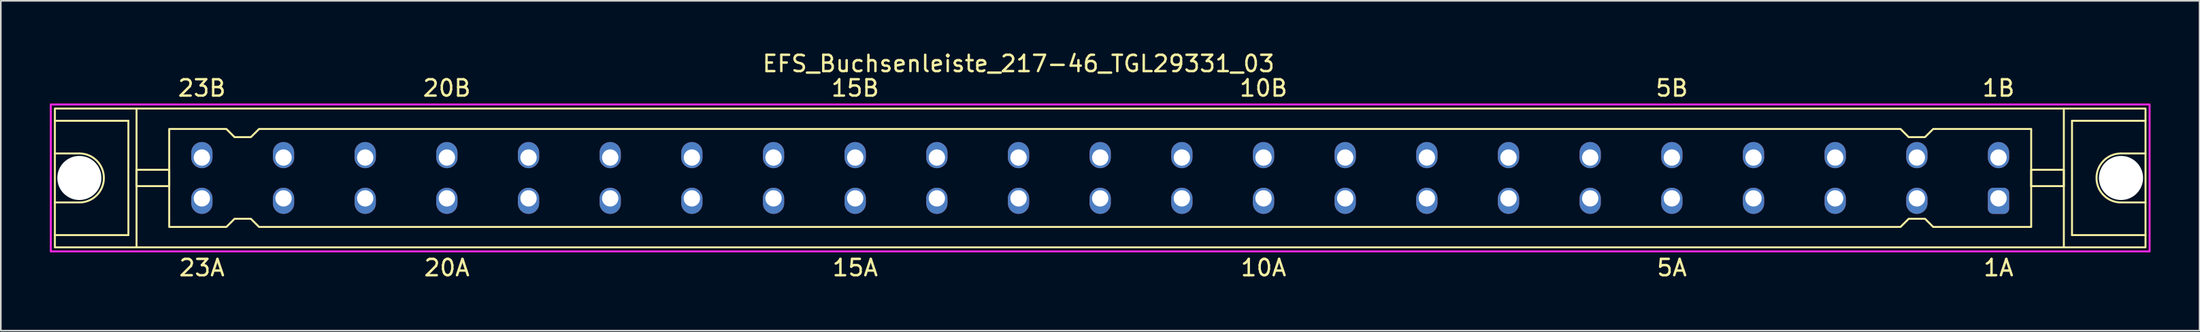
<source format=kicad_pcb>
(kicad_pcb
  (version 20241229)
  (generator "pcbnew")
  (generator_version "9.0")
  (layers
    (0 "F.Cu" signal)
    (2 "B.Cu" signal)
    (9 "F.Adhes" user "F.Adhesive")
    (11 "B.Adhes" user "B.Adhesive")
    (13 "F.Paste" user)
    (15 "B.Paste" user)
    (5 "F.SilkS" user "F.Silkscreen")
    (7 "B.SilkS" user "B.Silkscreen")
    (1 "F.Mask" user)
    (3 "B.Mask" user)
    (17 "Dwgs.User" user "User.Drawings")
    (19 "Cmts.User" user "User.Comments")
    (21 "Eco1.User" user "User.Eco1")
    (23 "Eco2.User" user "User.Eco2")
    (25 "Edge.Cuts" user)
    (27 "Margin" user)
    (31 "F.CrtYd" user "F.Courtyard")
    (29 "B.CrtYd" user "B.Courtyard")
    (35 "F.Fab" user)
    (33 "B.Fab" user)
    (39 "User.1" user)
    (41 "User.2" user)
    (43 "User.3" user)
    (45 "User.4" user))
  (footprint "EFS_Buchsenleiste_217-46_TGL29331_03"
    (layer "F.Cu")
    (at 64.31 7.848)
    (property "Reference" "EFS_Buchsenleiste_217-46_TGL29331_03" (at -5 -7 180) (layer "F.SilkS") (effects (font (size 1 1) (thickness 0.15))))
    (attr through_hole)
    (fp_line (start -64 -3.5) (end -59.5 -3.5) (stroke (width 0.12) (type solid)) (layer "F.SilkS"))
    (fp_line (start -62.5 -1.5) (end -64 -1.5) (stroke (width 0.12) (type solid)) (layer "F.SilkS"))
    (fp_line (start -62.5 1.5) (end -64 1.5) (stroke (width 0.12) (type solid)) (layer "F.SilkS"))
    (fp_line (start -59.5 -3.5) (end -59.5 3.5) (stroke (width 0.12) (type solid)) (layer "F.SilkS"))
    (fp_line (start -59.5 3.5) (end -64 3.5) (stroke (width 0.12) (type solid)) (layer "F.SilkS"))
    (fp_line (start -59 4.25) (end -59 -4.25) (stroke (width 0.12) (type solid)) (layer "F.SilkS"))
    (fp_line (start 59 4.25) (end 59 -4.25) (stroke (width 0.12) (type solid)) (layer "F.SilkS"))
    (fp_line (start 59.5 -3.5) (end 59.5 3.5) (stroke (width 0.12) (type solid)) (layer "F.SilkS"))
    (fp_line (start 59.5 3.5) (end 64 3.5) (stroke (width 0.12) (type solid)) (layer "F.SilkS"))
    (fp_line (start 62.5 -1.5) (end 64 -1.5) (stroke (width 0.12) (type solid)) (layer "F.SilkS"))
    (fp_line (start 62.5 1.5) (end 64 1.5) (stroke (width 0.12) (type solid)) (layer "F.SilkS"))
    (fp_line (start 64 -3.5) (end 59.5 -3.5) (stroke (width 0.12) (type solid)) (layer "F.SilkS"))
    (fp_rect (start -64 -4.25) (end 64 4.25) (stroke (width 0.12) (type solid)) (fill no) (layer "F.SilkS"))
    (fp_rect (start -59 -0.5) (end -57 0.5) (stroke (width 0.12) (type solid)) (fill no) (layer "F.SilkS"))
    (fp_rect (start 59 -0.5) (end 57 0.5) (stroke (width 0.12) (type solid)) (fill no) (layer "F.SilkS"))
    (fp_arc (start -62.5 -1.5) (mid -61 0) (end -62.5 1.5) (stroke (width 0.12) (type solid)) (layer "F.SilkS"))
    (fp_arc (start 62.5 1.5) (mid 61 0) (end 62.5 -1.5) (stroke (width 0.12) (type solid)) (layer "F.SilkS"))
    (fp_poly (pts (xy -53 -2.5) (xy -52 -2.5) (xy -51.5 -3) (xy 49 -3) (xy 49.5 -2.5) (xy 50.5 -2.5) (xy 51 -3) (xy 57 -3) (xy 57 3) (xy 51 3) (xy 50.5 2.5) (xy 49.5 2.5) (xy 49 3) (xy -51.5 3) (xy -52 2.5) (xy -53 2.5) (xy -53.5 3) (xy -57 3) (xy -57 -3) (xy -53.5 -3)) (stroke (width 0.12) (type solid)) (fill no) (layer "F.SilkS"))
    (fp_rect (start -64.25 -4.5) (end 64.25 4.5) (stroke (width 0.12) (type solid)) (fill no) (layer "F.CrtYd"))
    (fp_text user "23A" (at -55 5.5 180) (layer "F.SilkS") (effects (font (size 1 1) (thickness 0.15))))
    (fp_text user "20B" (at -40 -5.5 180) (layer "F.SilkS") (effects (font (size 1 1) (thickness 0.15))))
    (fp_text user "10A" (at 10 5.5 180) (layer "F.SilkS") (effects (font (size 1 1) (thickness 0.15))))
    (fp_text user "5A" (at 35 5.5 180) (layer "F.SilkS") (effects (font (size 1 1) (thickness 0.15))))
    (fp_text user "15B" (at -15 -5.5 180) (layer "F.SilkS") (effects (font (size 1 1) (thickness 0.15))))
    (fp_text user "10B" (at 10 -5.5 180) (layer "F.SilkS") (effects (font (size 1 1) (thickness 0.15))))
    (fp_text user "20A" (at -40 5.5 180) (layer "F.SilkS") (effects (font (size 1 1) (thickness 0.15))))
    (fp_text user "15A" (at -15 5.5 180) (layer "F.SilkS") (effects (font (size 1 1) (thickness 0.15))))
    (fp_text user "23B" (at -55 -5.5 180) (layer "F.SilkS") (effects (font (size 1 1) (thickness 0.15))))
    (fp_text user "1B" (at 55 -5.5 180) (layer "F.SilkS") (effects (font (size 1 1) (thickness 0.15))))
    (fp_text user "5B" (at 35 -5.5 180) (layer "F.SilkS") (effects (font (size 1 1) (thickness 0.15))))
    (fp_text user "1A" (at 55 5.5 180) (layer "F.SilkS") (effects (font (size 1 1) (thickness 0.15))))
    (pad "" np_thru_hole circle (at -62.5 0) (size 2.7 2.7) (drill 2.7) (layers "*.Cu" "*.Mask"))
    (pad "" np_thru_hole circle (at 62.5 0) (size 2.7 2.7) (drill 2.7) (layers "*.Cu" "*.Mask"))
    (pad "1a" thru_hole roundrect (at 55 1.25 180) (size 1.3 1.6) (drill 1 (offset 0 -0.15)) (layers "*.Cu" "*.Mask") (roundrect_rratio 0.25))
    (pad "1b" thru_hole oval (at 55 -1.25 180) (size 1.3 1.6) (drill 1 (offset 0 0.15)) (layers "*.Cu" "*.Mask"))
    (pad "2a" thru_hole oval (at 50 1.25 180) (size 1.3 1.6) (drill 1 (offset 0 -0.15)) (layers "*.Cu" "*.Mask"))
    (pad "2b" thru_hole oval (at 50 -1.25 180) (size 1.3 1.6) (drill 1 (offset 0 0.15)) (layers "*.Cu" "*.Mask"))
    (pad "3a" thru_hole oval (at 45 1.25 180) (size 1.3 1.6) (drill 1 (offset 0 -0.15)) (layers "*.Cu" "*.Mask"))
    (pad "3b" thru_hole oval (at 45 -1.25 180) (size 1.3 1.6) (drill 1 (offset 0 0.15)) (layers "*.Cu" "*.Mask"))
    (pad "4a" thru_hole oval (at 40 1.25 180) (size 1.3 1.6) (drill 1 (offset 0 -0.15)) (layers "*.Cu" "*.Mask"))
    (pad "4b" thru_hole oval (at 40 -1.25 180) (size 1.3 1.6) (drill 1 (offset 0 0.15)) (layers "*.Cu" "*.Mask"))
    (pad "5a" thru_hole oval (at 35 1.25 180) (size 1.3 1.6) (drill 1 (offset 0 -0.15)) (layers "*.Cu" "*.Mask"))
    (pad "5b" thru_hole oval (at 35 -1.25 180) (size 1.3 1.6) (drill 1 (offset 0 0.15)) (layers "*.Cu" "*.Mask"))
    (pad "6a" thru_hole oval (at 30 1.25 180) (size 1.3 1.6) (drill 1 (offset 0 -0.15)) (layers "*.Cu" "*.Mask"))
    (pad "6b" thru_hole oval (at 30 -1.25 180) (size 1.3 1.6) (drill 1 (offset 0 0.15)) (layers "*.Cu" "*.Mask"))
    (pad "7a" thru_hole oval (at 25 1.25 180) (size 1.3 1.6) (drill 1 (offset 0 -0.15)) (layers "*.Cu" "*.Mask"))
    (pad "7b" thru_hole oval (at 25 -1.25 180) (size 1.3 1.6) (drill 1 (offset 0 0.15)) (layers "*.Cu" "*.Mask"))
    (pad "8a" thru_hole oval (at 20 1.25 180) (size 1.3 1.6) (drill 1 (offset 0 -0.15)) (layers "*.Cu" "*.Mask"))
    (pad "8b" thru_hole oval (at 20 -1.25 180) (size 1.3 1.6) (drill 1 (offset 0 0.15)) (layers "*.Cu" "*.Mask"))
    (pad "9a" thru_hole oval (at 15 1.25 180) (size 1.3 1.6) (drill 1 (offset 0 -0.15)) (layers "*.Cu" "*.Mask"))
    (pad "9b" thru_hole oval (at 15 -1.25 180) (size 1.3 1.6) (drill 1 (offset 0 0.15)) (layers "*.Cu" "*.Mask"))
    (pad "10a" thru_hole oval (at 10 1.25 180) (size 1.3 1.6) (drill 1 (offset 0 -0.15)) (layers "*.Cu" "*.Mask"))
    (pad "10b" thru_hole oval (at 10 -1.25 180) (size 1.3 1.6) (drill 1 (offset 0 0.15)) (layers "*.Cu" "*.Mask"))
    (pad "11a" thru_hole oval (at 5 1.25 180) (size 1.3 1.6) (drill 1 (offset 0 -0.15)) (layers "*.Cu" "*.Mask"))
    (pad "11b" thru_hole oval (at 5 -1.25 180) (size 1.3 1.6) (drill 1 (offset 0 0.15)) (layers "*.Cu" "*.Mask"))
    (pad "12a" thru_hole oval (at 0 1.25 180) (size 1.3 1.6) (drill 1 (offset 0 -0.15)) (layers "*.Cu" "*.Mask"))
    (pad "12b" thru_hole oval (at 0 -1.25 180) (size 1.3 1.6) (drill 1 (offset 0 0.15)) (layers "*.Cu" "*.Mask"))
    (pad "13a" thru_hole oval (at -5 1.25 180) (size 1.3 1.6) (drill 1 (offset 0 -0.15)) (layers "*.Cu" "*.Mask"))
    (pad "13b" thru_hole oval (at -5 -1.25 180) (size 1.3 1.6) (drill 1 (offset 0 0.15)) (layers "*.Cu" "*.Mask"))
    (pad "14a" thru_hole oval (at -10 1.25 180) (size 1.3 1.6) (drill 1 (offset 0 -0.15)) (layers "*.Cu" "*.Mask"))
    (pad "14b" thru_hole oval (at -10 -1.25 180) (size 1.3 1.6) (drill 1 (offset 0 0.15)) (layers "*.Cu" "*.Mask"))
    (pad "15a" thru_hole oval (at -15 1.25 180) (size 1.3 1.6) (drill 1 (offset 0 -0.15)) (layers "*.Cu" "*.Mask"))
    (pad "15b" thru_hole oval (at -15 -1.25 180) (size 1.3 1.6) (drill 1 (offset 0 0.15)) (layers "*.Cu" "*.Mask"))
    (pad "16a" thru_hole oval (at -20 1.25 180) (size 1.3 1.6) (drill 1 (offset 0 -0.15)) (layers "*.Cu" "*.Mask"))
    (pad "16b" thru_hole oval (at -20 -1.25 180) (size 1.3 1.6) (drill 1 (offset 0 0.15)) (layers "*.Cu" "*.Mask"))
    (pad "17a" thru_hole oval (at -25 1.25 180) (size 1.3 1.6) (drill 1 (offset 0 -0.15)) (layers "*.Cu" "*.Mask"))
    (pad "17b" thru_hole oval (at -25 -1.25 180) (size 1.3 1.6) (drill 1 (offset 0 0.15)) (layers "*.Cu" "*.Mask"))
    (pad "18a" thru_hole oval (at -30 1.25 180) (size 1.3 1.6) (drill 1 (offset 0 -0.15)) (layers "*.Cu" "*.Mask"))
    (pad "18b" thru_hole oval (at -30 -1.25 180) (size 1.3 1.6) (drill 1 (offset 0 0.15)) (layers "*.Cu" "*.Mask"))
    (pad "19a" thru_hole oval (at -35 1.25 180) (size 1.3 1.6) (drill 1 (offset 0 -0.15)) (layers "*.Cu" "*.Mask"))
    (pad "19b" thru_hole oval (at -35 -1.25 180) (size 1.3 1.6) (drill 1 (offset 0 0.15)) (layers "*.Cu" "*.Mask"))
    (pad "20a" thru_hole oval (at -40 1.25 180) (size 1.3 1.6) (drill 1 (offset 0 -0.15)) (layers "*.Cu" "*.Mask"))
    (pad "20b" thru_hole oval (at -40 -1.25 180) (size 1.3 1.6) (drill 1 (offset 0 0.15)) (layers "*.Cu" "*.Mask"))
    (pad "21a" thru_hole oval (at -45 1.25 180) (size 1.3 1.6) (drill 1 (offset 0 -0.15)) (layers "*.Cu" "*.Mask"))
    (pad "21b" thru_hole oval (at -45 -1.25 180) (size 1.3 1.6) (drill 1 (offset 0 0.15)) (layers "*.Cu" "*.Mask"))
    (pad "22a" thru_hole oval (at -50 1.25 180) (size 1.3 1.6) (drill 1 (offset 0 -0.15)) (layers "*.Cu" "*.Mask"))
    (pad "22b" thru_hole oval (at -50 -1.25 180) (size 1.3 1.6) (drill 1 (offset 0 0.15)) (layers "*.Cu" "*.Mask"))
    (pad "23a" thru_hole oval (at -55 1.25 180) (size 1.3 1.6) (drill 1 (offset 0 -0.15)) (layers "*.Cu" "*.Mask"))
    (pad "23b" thru_hole oval (at -55 -1.25 180) (size 1.3 1.6) (drill 1 (offset 0 0.15)) (layers "*.Cu" "*.Mask")))
  (gr_rect
    (start -3 -3)
    (end 131.62 17.197)
    (stroke (width 0.1) (type default))
    (fill no)
    (layer "Edge.Cuts")))
</source>
